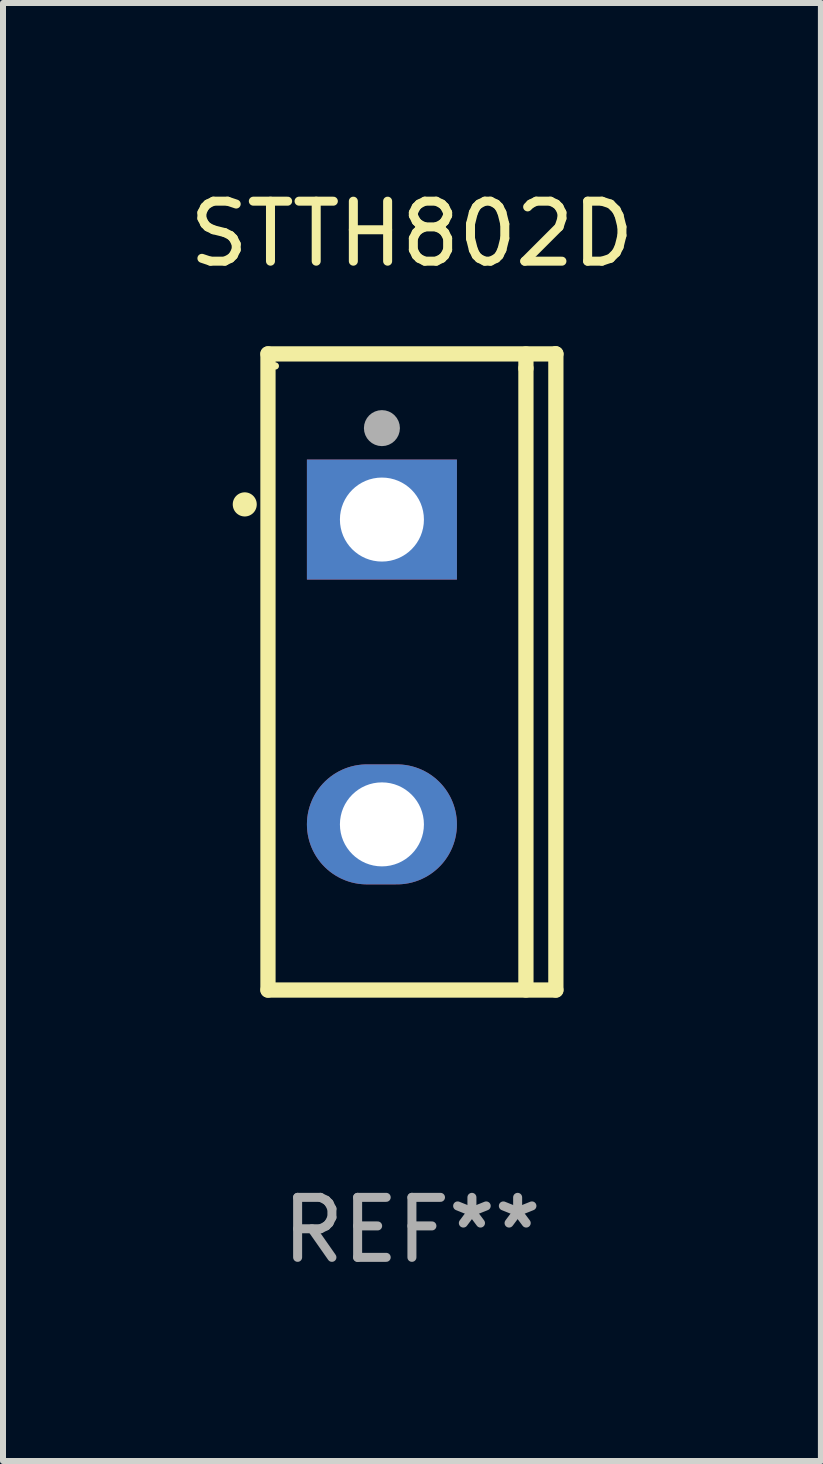
<source format=kicad_pcb>
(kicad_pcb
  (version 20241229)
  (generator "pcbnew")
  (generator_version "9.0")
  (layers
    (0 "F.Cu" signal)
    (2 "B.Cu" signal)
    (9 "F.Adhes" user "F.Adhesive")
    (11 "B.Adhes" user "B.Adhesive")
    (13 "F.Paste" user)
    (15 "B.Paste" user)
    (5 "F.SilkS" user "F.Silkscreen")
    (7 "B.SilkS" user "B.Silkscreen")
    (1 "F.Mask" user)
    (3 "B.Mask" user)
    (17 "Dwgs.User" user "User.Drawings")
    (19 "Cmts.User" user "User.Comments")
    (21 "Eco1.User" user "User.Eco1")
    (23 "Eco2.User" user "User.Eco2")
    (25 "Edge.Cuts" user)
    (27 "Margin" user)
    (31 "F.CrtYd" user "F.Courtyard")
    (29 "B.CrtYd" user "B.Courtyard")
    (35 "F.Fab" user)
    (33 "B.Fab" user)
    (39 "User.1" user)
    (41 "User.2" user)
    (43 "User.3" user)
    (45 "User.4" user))
  (footprint "STTH802D"
    (layer "F.Cu")
    (at 3.815 8.149)
    (property "Reference" "STTH802D" (at 0 -7.301 0) (layer "F.SilkS") (effects (font (size 1 1) (thickness 0.15))))
    (attr through_hole)
    (fp_line (start -2.399 -5.301) (end 2.394 -5.301) (stroke (width 0.254) (type solid)) (layer "F.SilkS"))
    (fp_line (start -2.399 5.301) (end -2.399 -5.301) (stroke (width 0.254) (type solid)) (layer "F.SilkS"))
    (fp_line (start 1.9 -5.061) (end 1.9 -5.3) (stroke (width 0.254) (type solid)) (layer "F.SilkS"))
    (fp_line (start 1.9 5.3) (end 1.9 -5.061) (stroke (width 0.254) (type solid)) (layer "F.SilkS"))
    (fp_line (start 2.394 -5.301) (end 2.399 -5.301) (stroke (width 0.254) (type solid)) (layer "F.SilkS"))
    (fp_line (start 2.399 -5.301) (end 2.399 5.301) (stroke (width 0.254) (type solid)) (layer "F.SilkS"))
    (fp_line (start 2.399 5.301) (end -2.399 5.301) (stroke (width 0.254) (type solid)) (layer "F.SilkS"))
    (fp_arc (start -2.786043 -2.791466) (mid -2.786047 -2.792736) (end -2.786043 -2.794006) (stroke (width 0.4) (type solid)) (layer "F.SilkS"))
    (fp_circle (center -2.275 -5.1) (end -2.245 -5.1) (stroke (width 0.06) (type solid)) (fill no) (layer "F.SilkS"))
    (fp_circle (center -0.5 -4.064) (end -0.35 -4.064) (stroke (width 0.3) (type solid)) (fill no) (layer "F.Fab"))
    (fp_text user "REF**" (at 0 9.301 0) (layer "F.Fab") (effects (font (size 1 1) (thickness 0.15))))
    (pad "1" thru_hole rect (at -0.5 -2.54 270) (size 2 2.5) (drill 1.4) (layers "*.Cu" "*.Mask"))
    (pad "3" thru_hole oval (at -0.5 2.54 270) (size 2 2.5) (drill 1.4) (layers "*.Cu" "*.Mask")))
  (gr_rect
    (start -3 -3)
    (end 10.631 21.299)
    (stroke (width 0.1) (type default))
    (fill no)
    (layer "Edge.Cuts")))
</source>
